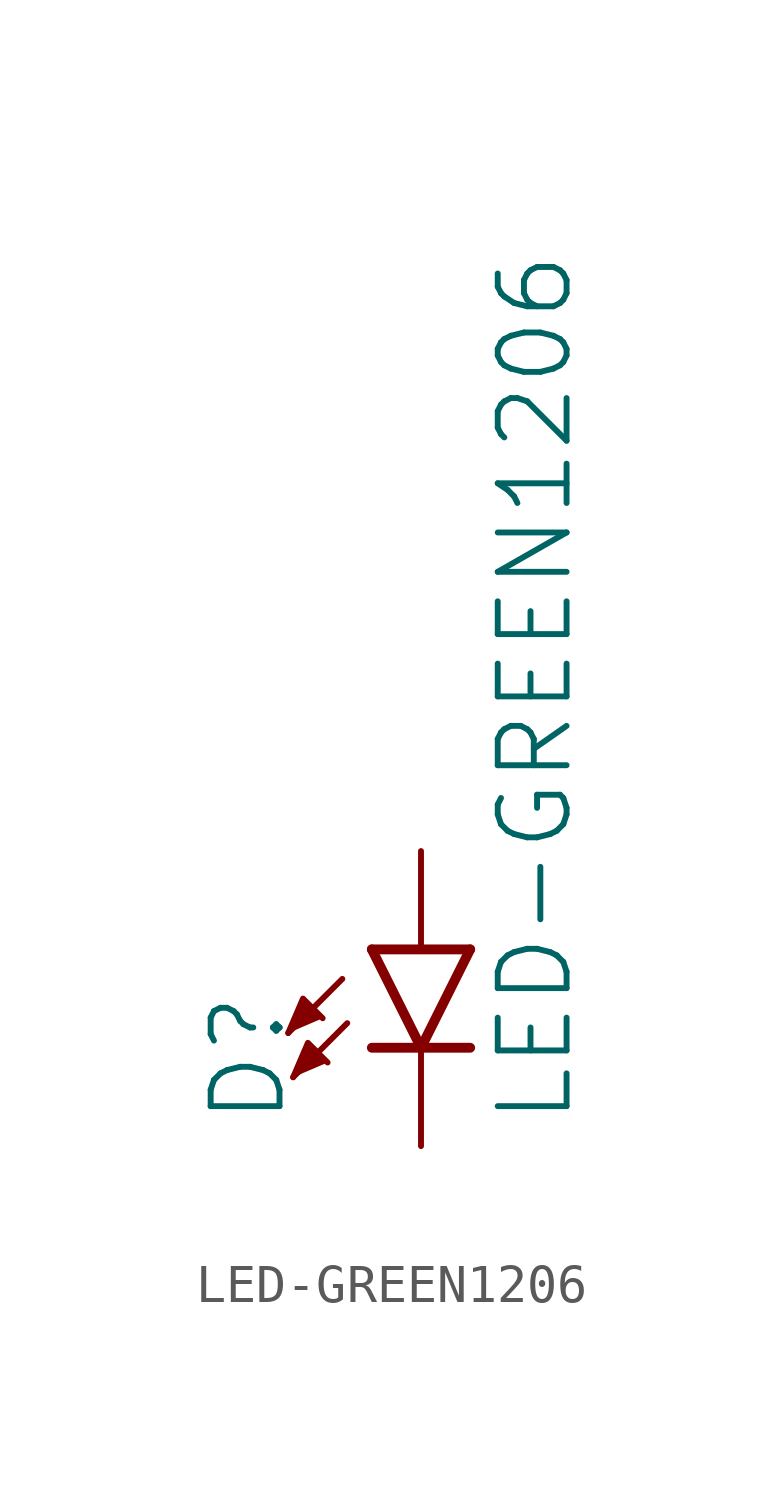
<source format=kicad_sym>
(kicad_symbol_lib
  (version 20211014)
  (generator kicad_symbol_editor)
  (symbol "LED-GREEN1206"
    (property "Reference" "D"
      (at -3.429 -4.572 90)
      (effects (font (size 1.778 1.778)) (justify left bottom)))
    (property "Value" "LED-GREEN1206"
      (at 1.905 -4.572 90)
      (effects (font (size 1.778 1.778)) (justify left top)))
    (property "ki_locked" ""
      (at 0 0 0)
      (effects (font (size 1.27 1.27))))
    (symbol "LED-GREEN1206_1_0"
      (polyline (pts (xy -2.032 -0.762) (xy -3.429 -2.159)) (stroke (width 0.152) (type default) (color 0 0 0 0)) (fill (type none)))
      (polyline (pts (xy -1.905 -1.905) (xy -3.302 -3.302)) (stroke (width 0.152) (type default) (color 0 0 0 0)) (fill (type none)))
      (polyline (pts (xy 0 -2.54) (xy -1.27 -2.54)) (stroke (width 0.254) (type default) (color 0 0 0 0)) (fill (type none)))
      (polyline (pts (xy 0 -2.54) (xy -1.27 0)) (stroke (width 0.254) (type default) (color 0 0 0 0)) (fill (type none)))
      (polyline (pts (xy 1.27 -2.54) (xy 0 -2.54)) (stroke (width 0.254) (type default) (color 0 0 0 0)) (fill (type none)))
      (polyline (pts (xy 1.27 0) (xy -1.27 0)) (stroke (width 0.254) (type default) (color 0 0 0 0)) (fill (type none)))
      (polyline (pts (xy 1.27 0) (xy 0 -2.54)) (stroke (width 0.254) (type default) (color 0 0 0 0)) (fill (type none)))
      (polyline (pts (xy -3.429 -2.159) (xy -3.048 -1.27) (xy -2.54 -1.778)) (stroke (width 0) (type default) (color 0 0 0 0)) (fill (type outline)))
      (polyline (pts (xy -3.302 -3.302) (xy -2.921 -2.413) (xy -2.413 -2.921)) (stroke (width 0) (type default) (color 0 0 0 0)) (fill (type outline)))
      (pin passive line (at 0 2.54 270) (length 2.54) (name "A" (effects (font (size 0 0)))) (number "A" (effects (font (size 0 0)))))
      (pin passive line (at 0 -5.08 90) (length 2.54) (name "C" (effects (font (size 0 0)))) (number "C" (effects (font (size 0 0))))))))
</source>
